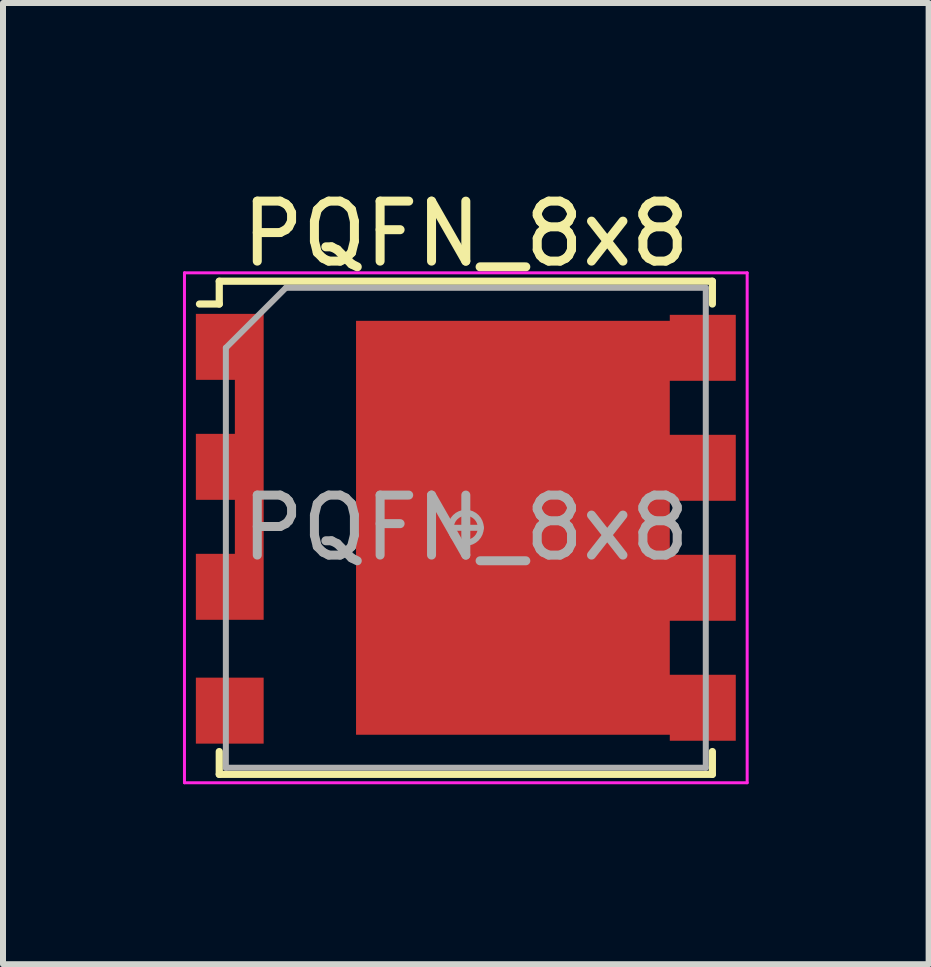
<source format=kicad_pcb>
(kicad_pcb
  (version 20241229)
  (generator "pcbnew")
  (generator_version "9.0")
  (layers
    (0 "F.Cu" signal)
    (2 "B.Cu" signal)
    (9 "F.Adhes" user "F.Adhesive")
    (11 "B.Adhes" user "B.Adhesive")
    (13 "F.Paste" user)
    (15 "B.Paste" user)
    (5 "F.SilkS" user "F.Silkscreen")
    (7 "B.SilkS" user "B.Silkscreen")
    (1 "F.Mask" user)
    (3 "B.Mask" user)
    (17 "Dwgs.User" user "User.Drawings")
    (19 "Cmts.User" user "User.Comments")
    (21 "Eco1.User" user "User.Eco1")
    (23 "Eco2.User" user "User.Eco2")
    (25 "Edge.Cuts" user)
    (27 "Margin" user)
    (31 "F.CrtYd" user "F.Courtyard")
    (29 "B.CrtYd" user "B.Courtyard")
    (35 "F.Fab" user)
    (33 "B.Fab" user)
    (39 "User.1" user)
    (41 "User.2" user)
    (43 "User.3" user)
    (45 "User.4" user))
  (footprint "PQFN_8x8"
    (layer "F.Cu")
    (at 4.715 5.748)
    (property "Reference" "PQFN_8x8" (at 0 -4.9 0) (layer "F.SilkS") (effects (font (size 1 1) (thickness 0.15))))
    (attr smd)
    (fp_line (start -4.11 -3.73) (end -4.44 -3.73) (stroke (width 0.12) (type solid)) (layer "F.SilkS"))
    (fp_line (start -4.11 -3.73) (end -4.11 -4.11) (stroke (width 0.12) (type solid)) (layer "F.SilkS"))
    (fp_line (start -4.11 3.73) (end -4.11 4.11) (stroke (width 0.12) (type solid)) (layer "F.SilkS"))
    (fp_line (start 4.11 -4.11) (end -4.11 -4.11) (stroke (width 0.12) (type solid)) (layer "F.SilkS"))
    (fp_line (start 4.11 -3.73) (end 4.11 -4.11) (stroke (width 0.12) (type solid)) (layer "F.SilkS"))
    (fp_line (start 4.11 3.73) (end 4.11 4.11) (stroke (width 0.12) (type solid)) (layer "F.SilkS"))
    (fp_line (start 4.11 4.11) (end -4.11 4.11) (stroke (width 0.12) (type solid)) (layer "F.SilkS"))
    (fp_line (start -4.69 -4.25) (end 4.69 -4.25) (stroke (width 0.05) (type solid)) (layer "F.CrtYd"))
    (fp_line (start -4.69 4.25) (end -4.69 -4.25) (stroke (width 0.05) (type solid)) (layer "F.CrtYd"))
    (fp_line (start 4.69 -4.25) (end 4.69 4.25) (stroke (width 0.05) (type solid)) (layer "F.CrtYd"))
    (fp_line (start 4.69 4.25) (end -4.69 4.25) (stroke (width 0.05) (type solid)) (layer "F.CrtYd"))
    (fp_line (start -4 4) (end -4 -3) (stroke (width 0.1) (type solid)) (layer "F.Fab"))
    (fp_line (start -3 -4) (end -4 -3) (stroke (width 0.1) (type solid)) (layer "F.Fab"))
    (fp_line (start -3 -4) (end 4 -4) (stroke (width 0.1) (type solid)) (layer "F.Fab"))
    (fp_line (start 0 0.25) (end 0 -0.25) (stroke (width 0.1) (type solid)) (layer "F.Fab"))
    (fp_line (start 0.25 0) (end -0.25 0) (stroke (width 0.1) (type solid)) (layer "F.Fab"))
    (fp_line (start 4 -4) (end 4 4) (stroke (width 0.1) (type solid)) (layer "F.Fab"))
    (fp_line (start 4 4) (end -4 4) (stroke (width 0.1) (type solid)) (layer "F.Fab"))
    (fp_circle (center 0 0) (end 0 0.25) (stroke (width 0.1) (type solid)) (fill no) (layer "F.Fab"))
    (fp_text user "${REFERENCE}" (at 0 0 0) (layer "F.Fab") (effects (font (size 1 1) (thickness 0.15))))
    (pad "" smd rect (at -0.5 -2.25 270) (size 1.5 1.5) (layers "F.Paste"))
    (pad "" smd rect (at -0.5 0 270) (size 1.5 1.5) (layers "F.Paste"))
    (pad "" smd rect (at -0.5 2.25 270) (size 1.5 1.5) (layers "F.Paste"))
    (pad "" smd rect (at 2 -2.25 270) (size 1.5 1.5) (layers "F.Paste"))
    (pad "" smd rect (at 2 0 270) (size 1.5 1.5) (layers "F.Paste"))
    (pad "" smd rect (at 2 2.25 270) (size 1.5 1.5) (layers "F.Paste"))
    (pad "1" smd rect (at -3.935 3.048) (size 1.13 1.1) (layers "F.Cu" "F.Mask" "F.Paste"))
    (pad "2" smd custom (at -3.61 -1.016) (size 0.48 5.1) (layers "F.Cu" "F.Mask" "F.Paste") (options (anchor rect)) (primitives (gr_poly (pts (xy -0.24 -2.55) (xy -0.89 -2.55) (xy -0.89 -1.45) (xy -0.24 -1.45)) (width 0) (fill yes)) (gr_poly (pts (xy -0.24 -0.55) (xy -0.89 -0.55) (xy -0.89 0.55) (xy -0.24 0.55)) (width 0) (fill yes)) (gr_poly (pts (xy -0.24 1.45) (xy -0.89 1.45) (xy -0.89 2.55) (xy -0.24 2.55)) (width 0) (fill yes))))
    (pad "3" smd custom (at 0.785 0) (size 5.23 6.9) (layers "F.Cu" "F.Mask") (options (anchor rect)) (primitives (gr_poly (pts (xy 2.615 -3.55) (xy 3.715 -3.55) (xy 3.715 -2.45) (xy 2.615 -2.45)) (width 0) (fill yes)) (gr_poly (pts (xy 2.615 -1.55) (xy 3.715 -1.55) (xy 3.715 -0.45) (xy 2.615 -0.45)) (width 0) (fill yes)) (gr_poly (pts (xy 2.615 0.45) (xy 3.715 0.45) (xy 3.715 1.55) (xy 2.615 1.55)) (width 0) (fill yes)) (gr_poly (pts (xy 2.615 2.45) (xy 3.715 2.45) (xy 3.715 3.55) (xy 2.615 3.55)) (width 0) (fill yes)))))
  (gr_rect
    (start -3 -3)
    (end 12.43 13.023)
    (stroke (width 0.1) (type default))
    (fill no)
    (layer "Edge.Cuts")))
</source>
